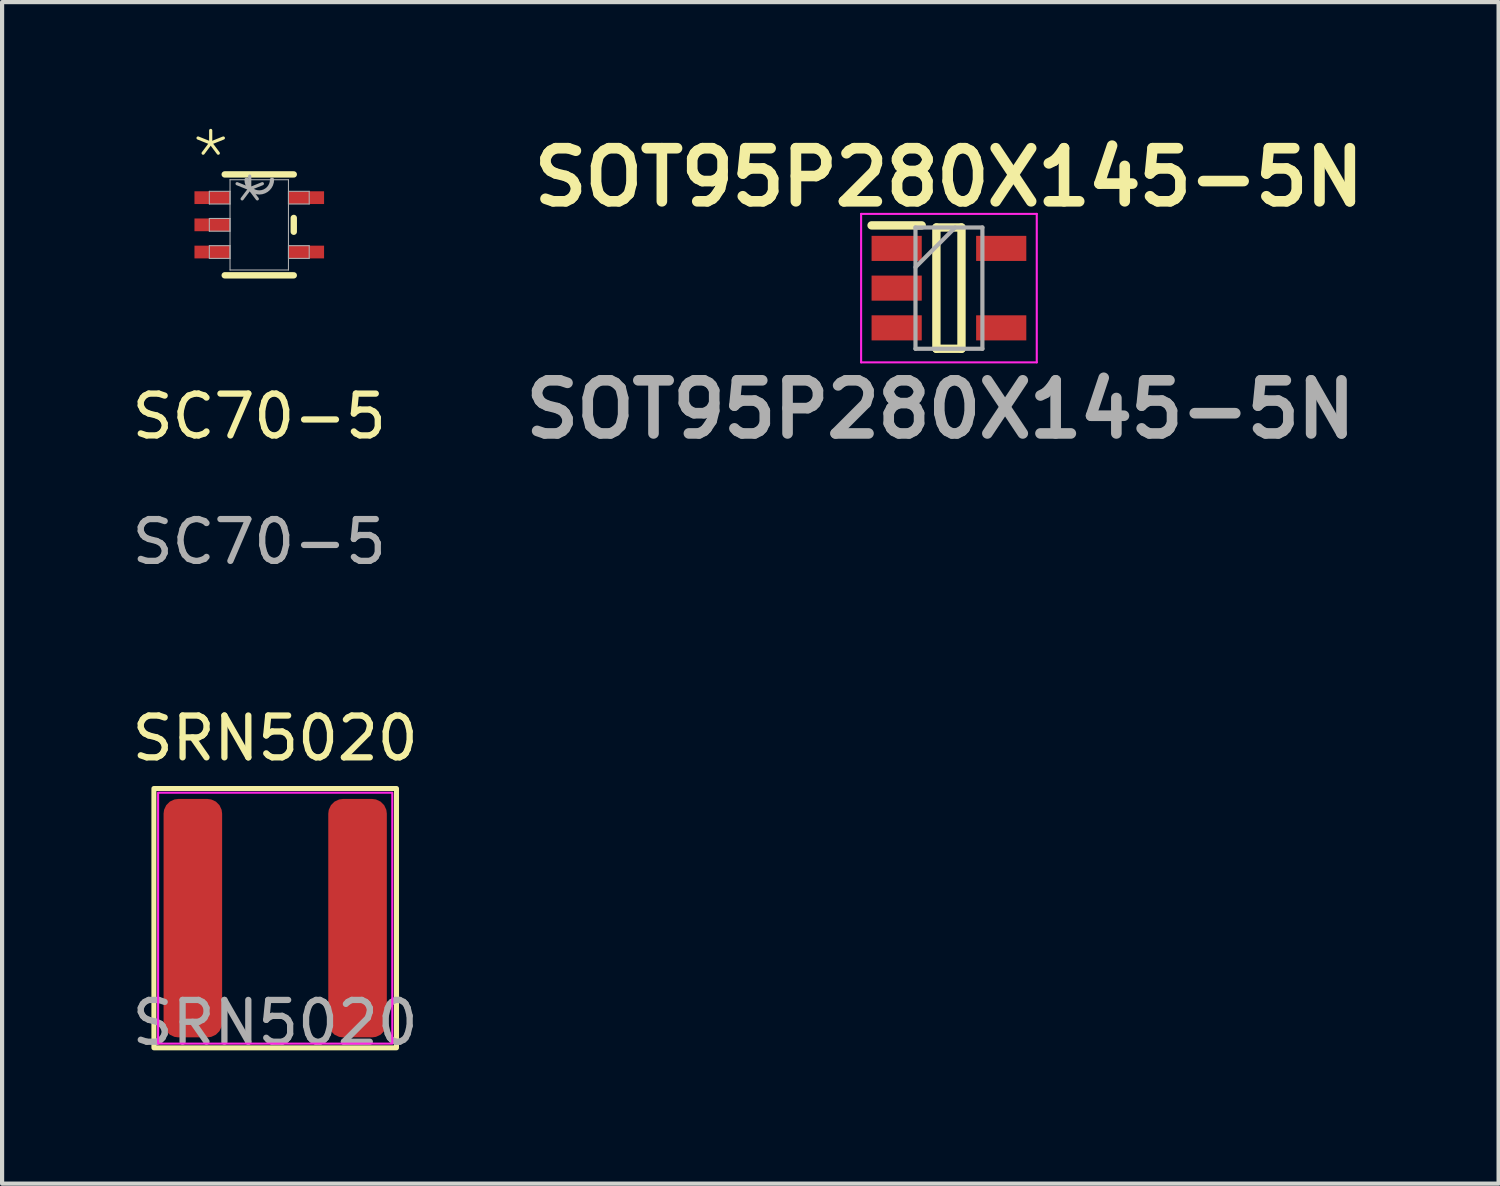
<source format=kicad_pcb>
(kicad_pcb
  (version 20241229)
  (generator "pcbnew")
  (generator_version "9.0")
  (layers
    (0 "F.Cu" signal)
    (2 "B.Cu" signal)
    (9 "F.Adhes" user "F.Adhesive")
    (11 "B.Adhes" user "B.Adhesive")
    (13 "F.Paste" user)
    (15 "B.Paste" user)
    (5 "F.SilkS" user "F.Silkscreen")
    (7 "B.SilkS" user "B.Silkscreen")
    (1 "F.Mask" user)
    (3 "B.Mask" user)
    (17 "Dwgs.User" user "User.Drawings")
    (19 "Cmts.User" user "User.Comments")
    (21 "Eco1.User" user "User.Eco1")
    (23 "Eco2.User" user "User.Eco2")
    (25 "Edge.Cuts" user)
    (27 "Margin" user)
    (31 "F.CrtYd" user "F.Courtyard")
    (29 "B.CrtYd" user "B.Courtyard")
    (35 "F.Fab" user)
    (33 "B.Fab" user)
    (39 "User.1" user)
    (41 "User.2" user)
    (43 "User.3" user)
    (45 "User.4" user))
  (footprint "SRN5020"
    (layer "F.Cu")
    (at 3.53 18.903)
    (property "Reference" "SRN5020" (at 0 -4.3 0) (unlocked yes) (layer "F.SilkS") (effects (font (size 1 1) (thickness 0.15))))
    (attr smd)
    (fp_rect (start -2.9 -3.1) (end 2.9 3.1) (stroke (width 0.12) (type solid)) (fill no) (layer "F.SilkS"))
    (fp_rect (start -2.8 -3) (end 2.8 3) (stroke (width 0.05) (type solid)) (fill no) (layer "F.CrtYd"))
    (fp_text user "${REFERENCE}" (at 0 2.5 0) (unlocked yes) (layer "F.Fab") (effects (font (size 1 1) (thickness 0.15))))
    (pad "1" smd roundrect (at -1.969 0) (size 1.4 5.7) (layers "F.Cu" "F.Mask" "F.Paste") (roundrect_rratio 0.25))
    (pad "2" smd roundrect (at 1.969 0) (size 1.4 5.7) (layers "F.Cu" "F.Mask" "F.Paste") (roundrect_rratio 0.25)))
  (footprint "SC70-5"
    (layer "F.Cu")
    (at 3.149 7.406)
    (property "Reference" "SC70-5" (at 0 -0.5 0) (unlocked yes) (layer "F.SilkS") (effects (font (size 1 1) (thickness 0.15))))
    (attr smd)
    (fp_line (start 0.825 -6.286) (end -0.826 -6.286) (stroke (width 0.152) (type solid)) (layer "F.SilkS"))
    (fp_line (start 0.825 -4.915) (end 0.825 -5.245) (stroke (width 0.152) (type solid)) (layer "F.SilkS"))
    (fp_line (start 0.825 -3.873) (end -0.826 -3.873) (stroke (width 0.152) (type solid)) (layer "F.SilkS"))
    (fp_line (start -1.702 -4.049) (end -1.702 -6.111) (stroke (width 0.152) (type solid)) (layer "Eco1.User"))
    (fp_line (start -0.953 -6.111) (end -1.702 -6.111) (stroke (width 0.152) (type solid)) (layer "Eco1.User"))
    (fp_line (start -0.953 -6.111) (end -0.953 -6.413) (stroke (width 0.152) (type solid)) (layer "Eco1.User"))
    (fp_line (start -0.953 -4.049) (end -1.702 -4.049) (stroke (width 0.152) (type solid)) (layer "Eco1.User"))
    (fp_line (start -0.953 -3.746) (end -0.953 -4.049) (stroke (width 0.152) (type solid)) (layer "Eco1.User"))
    (fp_line (start 0.952 -6.413) (end -0.953 -6.413) (stroke (width 0.152) (type solid)) (layer "Eco1.User"))
    (fp_line (start 0.952 -6.111) (end 0.952 -6.413) (stroke (width 0.152) (type solid)) (layer "Eco1.User"))
    (fp_line (start 0.952 -3.746) (end -0.953 -3.746) (stroke (width 0.152) (type solid)) (layer "Eco1.User"))
    (fp_line (start 0.952 -3.746) (end 0.952 -4.049) (stroke (width 0.152) (type solid)) (layer "Eco1.User"))
    (fp_line (start 1.702 -6.111) (end 0.952 -6.111) (stroke (width 0.152) (type solid)) (layer "Eco1.User"))
    (fp_line (start 1.702 -4.049) (end 0.952 -4.049) (stroke (width 0.152) (type solid)) (layer "Eco1.User"))
    (fp_line (start 1.702 -4.049) (end 1.702 -6.111) (stroke (width 0.152) (type solid)) (layer "Eco1.User"))
    (fp_line (start -1.194 -5.578) (end -1.194 -5.882) (stroke (width 0.025) (type solid)) (layer "F.Fab"))
    (fp_line (start -1.194 -4.928) (end -1.194 -5.232) (stroke (width 0.025) (type solid)) (layer "F.Fab"))
    (fp_line (start -1.194 -4.278) (end -1.194 -4.582) (stroke (width 0.025) (type solid)) (layer "F.Fab"))
    (fp_line (start -0.699 -5.882) (end -1.194 -5.882) (stroke (width 0.025) (type solid)) (layer "F.Fab"))
    (fp_line (start -0.699 -5.578) (end -1.194 -5.578) (stroke (width 0.025) (type solid)) (layer "F.Fab"))
    (fp_line (start -0.699 -5.578) (end -0.699 -5.882) (stroke (width 0.025) (type solid)) (layer "F.Fab"))
    (fp_line (start -0.699 -5.232) (end -1.194 -5.232) (stroke (width 0.025) (type solid)) (layer "F.Fab"))
    (fp_line (start -0.699 -4.928) (end -1.194 -4.928) (stroke (width 0.025) (type solid)) (layer "F.Fab"))
    (fp_line (start -0.699 -4.928) (end -0.699 -5.232) (stroke (width 0.025) (type solid)) (layer "F.Fab"))
    (fp_line (start -0.699 -4.582) (end -1.194 -4.582) (stroke (width 0.025) (type solid)) (layer "F.Fab"))
    (fp_line (start -0.699 -4.278) (end -1.194 -4.278) (stroke (width 0.025) (type solid)) (layer "F.Fab"))
    (fp_line (start -0.699 -4.278) (end -0.699 -4.582) (stroke (width 0.025) (type solid)) (layer "F.Fab"))
    (fp_line (start -0.699 -4) (end -0.699 -6.159) (stroke (width 0.025) (type solid)) (layer "F.Fab"))
    (fp_line (start 0.698 -6.159) (end -0.699 -6.159) (stroke (width 0.025) (type solid)) (layer "F.Fab"))
    (fp_line (start 0.698 -5.578) (end 0.698 -5.882) (stroke (width 0.025) (type solid)) (layer "F.Fab"))
    (fp_line (start 0.698 -4.278) (end 0.698 -4.582) (stroke (width 0.025) (type solid)) (layer "F.Fab"))
    (fp_line (start 0.698 -4) (end -0.699 -4) (stroke (width 0.025) (type solid)) (layer "F.Fab"))
    (fp_line (start 0.698 -4) (end 0.698 -6.159) (stroke (width 0.025) (type solid)) (layer "F.Fab"))
    (fp_line (start 1.194 -5.882) (end 0.698 -5.882) (stroke (width 0.025) (type solid)) (layer "F.Fab"))
    (fp_line (start 1.194 -5.578) (end 0.698 -5.578) (stroke (width 0.025) (type solid)) (layer "F.Fab"))
    (fp_line (start 1.194 -5.578) (end 1.194 -5.882) (stroke (width 0.025) (type solid)) (layer "F.Fab"))
    (fp_line (start 1.194 -4.582) (end 0.698 -4.582) (stroke (width 0.025) (type solid)) (layer "F.Fab"))
    (fp_line (start 1.194 -4.278) (end 0.698 -4.278) (stroke (width 0.025) (type solid)) (layer "F.Fab"))
    (fp_line (start 1.194 -4.278) (end 1.194 -4.582) (stroke (width 0.025) (type solid)) (layer "F.Fab"))
    (fp_arc (start 0.3048 -6.159499) (mid 0 -5.854699) (end -0.3048 -6.159499) (stroke (width 0.1) (type solid)) (layer "F.Fab"))
    (fp_text user "*" (at -1.695 -5.908 0) (unlocked yes) (layer "F.SilkS") (effects (font (size 1.27 1.27) (thickness 0.076)) (justify left bottom)))
    (fp_text user "*" (at -0.762 -4.816 0) (unlocked yes) (layer "F.Fab") (effects (font (size 1.27 1.27) (thickness 0.076)) (justify left bottom)))
    (fp_text user "${REFERENCE}" (at 0 2.5 0) (unlocked yes) (layer "F.Fab") (effects (font (size 1 1) (thickness 0.15))))
    (pad "1" smd rect (at -1.124 -5.73 180) (size 0.851 0.305) (layers "F.Cu" "F.Mask" "F.Paste"))
    (pad "2" smd rect (at -1.124 -5.08 180) (size 0.851 0.305) (layers "F.Cu" "F.Mask" "F.Paste"))
    (pad "3" smd rect (at -1.124 -4.43 180) (size 0.851 0.305) (layers "F.Cu" "F.Mask" "F.Paste"))
    (pad "4" smd rect (at 1.124 -4.43 180) (size 0.851 0.305) (layers "F.Cu" "F.Mask" "F.Paste"))
    (pad "5" smd rect (at 1.124 -5.73 180) (size 0.851 0.305) (layers "F.Cu" "F.Mask" "F.Paste")))
  (footprint "SOT95P280X145-5N"
    (layer "F.Cu")
    (at 19.639 3.839)
    (property "Reference" "SOT95P280X145-5N" (at 0 -2.65 0) (layer "F.SilkS") (effects (font (size 1.27 1.27) (thickness 0.254))))
    (attr smd)
    (fp_line (start -1.85 -1.5) (end -0.65 -1.5) (stroke (width 0.2) (type solid)) (layer "F.SilkS"))
    (fp_line (start -0.3 -1.45) (end 0.3 -1.45) (stroke (width 0.2) (type solid)) (layer "F.SilkS"))
    (fp_line (start -0.3 1.45) (end -0.3 -1.45) (stroke (width 0.2) (type solid)) (layer "F.SilkS"))
    (fp_line (start 0.3 -1.45) (end 0.3 1.45) (stroke (width 0.2) (type solid)) (layer "F.SilkS"))
    (fp_line (start 0.3 1.45) (end -0.3 1.45) (stroke (width 0.2) (type solid)) (layer "F.SilkS"))
    (fp_line (start -2.1 -1.775) (end 2.1 -1.775) (stroke (width 0.05) (type solid)) (layer "F.CrtYd"))
    (fp_line (start -2.1 1.775) (end -2.1 -1.775) (stroke (width 0.05) (type solid)) (layer "F.CrtYd"))
    (fp_line (start 2.1 -1.775) (end 2.1 1.775) (stroke (width 0.05) (type solid)) (layer "F.CrtYd"))
    (fp_line (start 2.1 1.775) (end -2.1 1.775) (stroke (width 0.05) (type solid)) (layer "F.CrtYd"))
    (fp_line (start -0.8 -1.45) (end 0.8 -1.45) (stroke (width 0.1) (type solid)) (layer "F.Fab"))
    (fp_line (start -0.8 -0.5) (end 0.15 -1.45) (stroke (width 0.1) (type solid)) (layer "F.Fab"))
    (fp_line (start -0.8 1.45) (end -0.8 -1.45) (stroke (width 0.1) (type solid)) (layer "F.Fab"))
    (fp_line (start 0.8 -1.45) (end 0.8 1.45) (stroke (width 0.1) (type solid)) (layer "F.Fab"))
    (fp_line (start 0.8 1.45) (end -0.8 1.45) (stroke (width 0.1) (type solid)) (layer "F.Fab"))
    (fp_text user "${REFERENCE}" (at -0.2 2.9 0) (layer "F.Fab") (effects (font (size 1.27 1.27) (thickness 0.254))))
    (pad "1" smd rect (at -1.25 -0.95 90) (size 0.6 1.2) (layers "F.Cu" "F.Mask" "F.Paste"))
    (pad "2" smd rect (at -1.25 0 90) (size 0.6 1.2) (layers "F.Cu" "F.Mask" "F.Paste"))
    (pad "3" smd rect (at -1.25 0.95 90) (size 0.6 1.2) (layers "F.Cu" "F.Mask" "F.Paste"))
    (pad "4" smd rect (at 1.25 0.95 90) (size 0.6 1.2) (layers "F.Cu" "F.Mask" "F.Paste"))
    (pad "5" smd rect (at 1.25 -0.95 90) (size 0.6 1.2) (layers "F.Cu" "F.Mask" "F.Paste")))
  (gr_rect
    (start -3 -3)
    (end 32.781 25.251)
    (stroke (width 0.1) (type default))
    (fill no)
    (layer "Edge.Cuts")))
</source>
